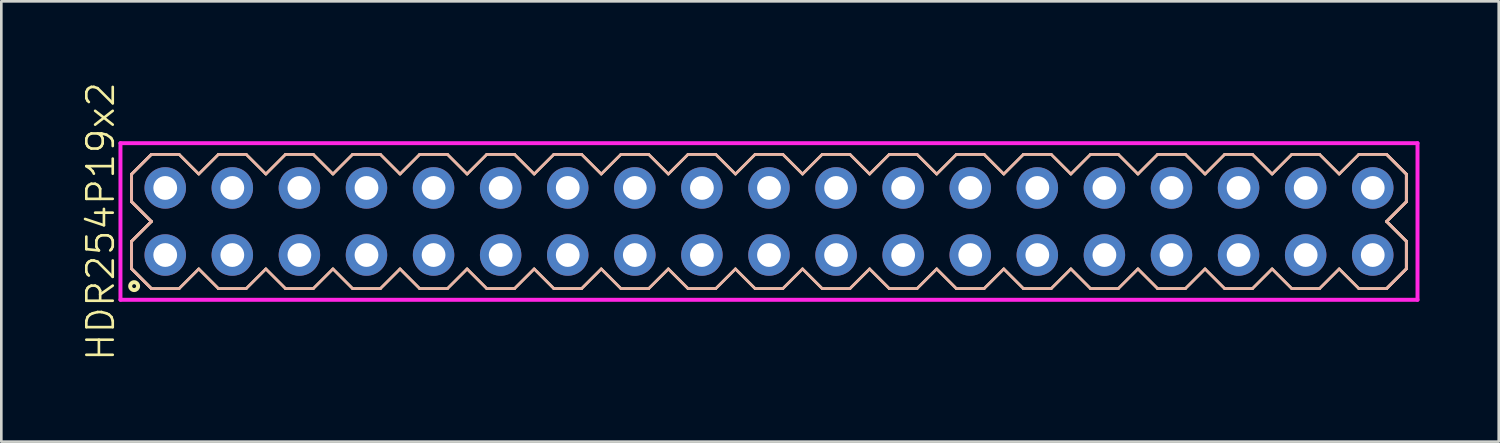
<source format=kicad_pcb>
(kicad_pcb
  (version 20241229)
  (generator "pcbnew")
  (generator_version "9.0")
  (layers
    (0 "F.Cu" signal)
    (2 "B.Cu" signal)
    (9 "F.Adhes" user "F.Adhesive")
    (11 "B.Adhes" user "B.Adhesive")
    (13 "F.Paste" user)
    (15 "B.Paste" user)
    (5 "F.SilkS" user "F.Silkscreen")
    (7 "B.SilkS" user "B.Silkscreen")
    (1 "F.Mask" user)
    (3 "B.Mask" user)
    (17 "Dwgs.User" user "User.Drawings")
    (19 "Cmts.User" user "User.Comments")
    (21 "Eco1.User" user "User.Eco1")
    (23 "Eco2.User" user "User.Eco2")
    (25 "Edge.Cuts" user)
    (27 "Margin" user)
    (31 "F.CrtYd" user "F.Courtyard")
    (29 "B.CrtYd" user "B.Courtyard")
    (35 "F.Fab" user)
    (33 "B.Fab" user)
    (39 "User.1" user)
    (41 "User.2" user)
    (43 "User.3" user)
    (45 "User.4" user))
  (footprint "HDR254P19x2"
    (layer "F.Cu")
    (at 26.066 5.336)
    (property "Reference" "HDR254P19x2" (at -25.305 0 90) (layer "F.SilkS") (effects (font (size 1 1) (thickness 0.1))))
    (attr through_hole)
    (fp_line (start -24.13 -1.796) (end -23.386 -2.54) (stroke (width 0.1) (type solid)) (layer "F.SilkS"))
    (fp_line (start -24.13 -1.796) (end -23.386 -2.54) (stroke (width 0.1) (type solid)) (layer "F.SilkS"))
    (fp_line (start -24.13 -0.744) (end -24.13 -1.796) (stroke (width 0.1) (type solid)) (layer "F.SilkS"))
    (fp_line (start -24.13 -0.744) (end -24.13 -1.796) (stroke (width 0.1) (type solid)) (layer "F.SilkS"))
    (fp_line (start -24.13 0.744) (end -23.386 0) (stroke (width 0.1) (type solid)) (layer "F.SilkS"))
    (fp_line (start -24.13 0.744) (end -23.386 0) (stroke (width 0.1) (type solid)) (layer "F.SilkS"))
    (fp_line (start -24.13 1.796) (end -24.13 0.744) (stroke (width 0.1) (type solid)) (layer "F.SilkS"))
    (fp_line (start -24.13 1.796) (end -24.13 0.744) (stroke (width 0.1) (type solid)) (layer "F.SilkS"))
    (fp_line (start -23.386 -2.54) (end -22.334 -2.54) (stroke (width 0.1) (type solid)) (layer "F.SilkS"))
    (fp_line (start -23.386 0) (end -24.13 -0.744) (stroke (width 0.1) (type solid)) (layer "F.SilkS"))
    (fp_line (start -23.386 0) (end -24.13 -0.744) (stroke (width 0.1) (type solid)) (layer "F.SilkS"))
    (fp_line (start -23.386 2.54) (end -24.13 1.796) (stroke (width 0.1) (type solid)) (layer "F.SilkS"))
    (fp_line (start -23.386 2.54) (end -24.13 1.796) (stroke (width 0.1) (type solid)) (layer "F.SilkS"))
    (fp_line (start -22.334 -2.54) (end -21.59 -1.796) (stroke (width 0.1) (type solid)) (layer "F.SilkS"))
    (fp_line (start -22.334 2.54) (end -23.386 2.54) (stroke (width 0.1) (type solid)) (layer "F.SilkS"))
    (fp_line (start -21.59 -1.796) (end -20.846 -2.54) (stroke (width 0.1) (type solid)) (layer "F.SilkS"))
    (fp_line (start -21.59 1.796) (end -22.334 2.54) (stroke (width 0.1) (type solid)) (layer "F.SilkS"))
    (fp_line (start -20.846 -2.54) (end -19.794 -2.54) (stroke (width 0.1) (type solid)) (layer "F.SilkS"))
    (fp_line (start -20.846 2.54) (end -21.59 1.796) (stroke (width 0.1) (type solid)) (layer "F.SilkS"))
    (fp_line (start -19.794 -2.54) (end -19.05 -1.796) (stroke (width 0.1) (type solid)) (layer "F.SilkS"))
    (fp_line (start -19.794 2.54) (end -20.846 2.54) (stroke (width 0.1) (type solid)) (layer "F.SilkS"))
    (fp_line (start -19.05 -1.796) (end -18.306 -2.54) (stroke (width 0.1) (type solid)) (layer "F.SilkS"))
    (fp_line (start -19.05 1.796) (end -19.794 2.54) (stroke (width 0.1) (type solid)) (layer "F.SilkS"))
    (fp_line (start -18.306 -2.54) (end -17.254 -2.54) (stroke (width 0.1) (type solid)) (layer "F.SilkS"))
    (fp_line (start -18.306 2.54) (end -19.05 1.796) (stroke (width 0.1) (type solid)) (layer "F.SilkS"))
    (fp_line (start -17.254 -2.54) (end -16.51 -1.796) (stroke (width 0.1) (type solid)) (layer "F.SilkS"))
    (fp_line (start -17.254 2.54) (end -18.306 2.54) (stroke (width 0.1) (type solid)) (layer "F.SilkS"))
    (fp_line (start -16.51 -1.796) (end -15.766 -2.54) (stroke (width 0.1) (type solid)) (layer "F.SilkS"))
    (fp_line (start -16.51 1.796) (end -17.254 2.54) (stroke (width 0.1) (type solid)) (layer "F.SilkS"))
    (fp_line (start -15.766 -2.54) (end -14.714 -2.54) (stroke (width 0.1) (type solid)) (layer "F.SilkS"))
    (fp_line (start -15.766 2.54) (end -16.51 1.796) (stroke (width 0.1) (type solid)) (layer "F.SilkS"))
    (fp_line (start -14.714 -2.54) (end -13.97 -1.796) (stroke (width 0.1) (type solid)) (layer "F.SilkS"))
    (fp_line (start -14.714 2.54) (end -15.766 2.54) (stroke (width 0.1) (type solid)) (layer "F.SilkS"))
    (fp_line (start -13.97 -1.796) (end -13.226 -2.54) (stroke (width 0.1) (type solid)) (layer "F.SilkS"))
    (fp_line (start -13.97 1.796) (end -14.714 2.54) (stroke (width 0.1) (type solid)) (layer "F.SilkS"))
    (fp_line (start -13.226 -2.54) (end -12.174 -2.54) (stroke (width 0.1) (type solid)) (layer "F.SilkS"))
    (fp_line (start -13.226 2.54) (end -13.97 1.796) (stroke (width 0.1) (type solid)) (layer "F.SilkS"))
    (fp_line (start -12.174 -2.54) (end -11.43 -1.796) (stroke (width 0.1) (type solid)) (layer "F.SilkS"))
    (fp_line (start -12.174 2.54) (end -13.226 2.54) (stroke (width 0.1) (type solid)) (layer "F.SilkS"))
    (fp_line (start -11.43 -1.796) (end -10.686 -2.54) (stroke (width 0.1) (type solid)) (layer "F.SilkS"))
    (fp_line (start -11.43 1.796) (end -12.174 2.54) (stroke (width 0.1) (type solid)) (layer "F.SilkS"))
    (fp_line (start -10.686 -2.54) (end -9.634 -2.54) (stroke (width 0.1) (type solid)) (layer "F.SilkS"))
    (fp_line (start -10.686 2.54) (end -11.43 1.796) (stroke (width 0.1) (type solid)) (layer "F.SilkS"))
    (fp_line (start -9.634 -2.54) (end -8.89 -1.796) (stroke (width 0.1) (type solid)) (layer "F.SilkS"))
    (fp_line (start -9.634 2.54) (end -10.686 2.54) (stroke (width 0.1) (type solid)) (layer "F.SilkS"))
    (fp_line (start -8.89 -1.796) (end -8.146 -2.54) (stroke (width 0.1) (type solid)) (layer "F.SilkS"))
    (fp_line (start -8.89 1.796) (end -9.634 2.54) (stroke (width 0.1) (type solid)) (layer "F.SilkS"))
    (fp_line (start -8.146 -2.54) (end -7.094 -2.54) (stroke (width 0.1) (type solid)) (layer "F.SilkS"))
    (fp_line (start -8.146 2.54) (end -8.89 1.796) (stroke (width 0.1) (type solid)) (layer "F.SilkS"))
    (fp_line (start -7.094 -2.54) (end -6.35 -1.796) (stroke (width 0.1) (type solid)) (layer "F.SilkS"))
    (fp_line (start -7.094 2.54) (end -8.146 2.54) (stroke (width 0.1) (type solid)) (layer "F.SilkS"))
    (fp_line (start -6.35 -1.796) (end -5.606 -2.54) (stroke (width 0.1) (type solid)) (layer "F.SilkS"))
    (fp_line (start -6.35 1.796) (end -7.094 2.54) (stroke (width 0.1) (type solid)) (layer "F.SilkS"))
    (fp_line (start -5.606 -2.54) (end -4.554 -2.54) (stroke (width 0.1) (type solid)) (layer "F.SilkS"))
    (fp_line (start -5.606 2.54) (end -6.35 1.796) (stroke (width 0.1) (type solid)) (layer "F.SilkS"))
    (fp_line (start -4.554 -2.54) (end -3.81 -1.796) (stroke (width 0.1) (type solid)) (layer "F.SilkS"))
    (fp_line (start -4.554 2.54) (end -5.606 2.54) (stroke (width 0.1) (type solid)) (layer "F.SilkS"))
    (fp_line (start -3.81 -1.796) (end -3.066 -2.54) (stroke (width 0.1) (type solid)) (layer "F.SilkS"))
    (fp_line (start -3.81 1.796) (end -4.554 2.54) (stroke (width 0.1) (type solid)) (layer "F.SilkS"))
    (fp_line (start -3.066 -2.54) (end -2.014 -2.54) (stroke (width 0.1) (type solid)) (layer "F.SilkS"))
    (fp_line (start -3.066 2.54) (end -3.81 1.796) (stroke (width 0.1) (type solid)) (layer "F.SilkS"))
    (fp_line (start -2.014 -2.54) (end -1.27 -1.796) (stroke (width 0.1) (type solid)) (layer "F.SilkS"))
    (fp_line (start -2.014 2.54) (end -3.066 2.54) (stroke (width 0.1) (type solid)) (layer "F.SilkS"))
    (fp_line (start -1.27 -1.796) (end -0.526 -2.54) (stroke (width 0.1) (type solid)) (layer "F.SilkS"))
    (fp_line (start -1.27 1.796) (end -2.014 2.54) (stroke (width 0.1) (type solid)) (layer "F.SilkS"))
    (fp_line (start -0.526 -2.54) (end 0.526 -2.54) (stroke (width 0.1) (type solid)) (layer "F.SilkS"))
    (fp_line (start -0.526 2.54) (end -1.27 1.796) (stroke (width 0.1) (type solid)) (layer "F.SilkS"))
    (fp_line (start 0.526 -2.54) (end 1.27 -1.796) (stroke (width 0.1) (type solid)) (layer "F.SilkS"))
    (fp_line (start 0.526 2.54) (end -0.526 2.54) (stroke (width 0.1) (type solid)) (layer "F.SilkS"))
    (fp_line (start 1.27 -1.796) (end 2.014 -2.54) (stroke (width 0.1) (type solid)) (layer "F.SilkS"))
    (fp_line (start 1.27 1.796) (end 0.526 2.54) (stroke (width 0.1) (type solid)) (layer "F.SilkS"))
    (fp_line (start 2.014 -2.54) (end 3.066 -2.54) (stroke (width 0.1) (type solid)) (layer "F.SilkS"))
    (fp_line (start 2.014 2.54) (end 1.27 1.796) (stroke (width 0.1) (type solid)) (layer "F.SilkS"))
    (fp_line (start 3.066 -2.54) (end 3.81 -1.796) (stroke (width 0.1) (type solid)) (layer "F.SilkS"))
    (fp_line (start 3.066 2.54) (end 2.014 2.54) (stroke (width 0.1) (type solid)) (layer "F.SilkS"))
    (fp_line (start 3.81 -1.796) (end 4.554 -2.54) (stroke (width 0.1) (type solid)) (layer "F.SilkS"))
    (fp_line (start 3.81 1.796) (end 3.066 2.54) (stroke (width 0.1) (type solid)) (layer "F.SilkS"))
    (fp_line (start 4.554 -2.54) (end 5.606 -2.54) (stroke (width 0.1) (type solid)) (layer "F.SilkS"))
    (fp_line (start 4.554 2.54) (end 3.81 1.796) (stroke (width 0.1) (type solid)) (layer "F.SilkS"))
    (fp_line (start 5.606 -2.54) (end 6.35 -1.796) (stroke (width 0.1) (type solid)) (layer "F.SilkS"))
    (fp_line (start 5.606 2.54) (end 4.554 2.54) (stroke (width 0.1) (type solid)) (layer "F.SilkS"))
    (fp_line (start 6.35 -1.796) (end 7.094 -2.54) (stroke (width 0.1) (type solid)) (layer "F.SilkS"))
    (fp_line (start 6.35 1.796) (end 5.606 2.54) (stroke (width 0.1) (type solid)) (layer "F.SilkS"))
    (fp_line (start 7.094 -2.54) (end 8.146 -2.54) (stroke (width 0.1) (type solid)) (layer "F.SilkS"))
    (fp_line (start 7.094 2.54) (end 6.35 1.796) (stroke (width 0.1) (type solid)) (layer "F.SilkS"))
    (fp_line (start 8.146 -2.54) (end 8.89 -1.796) (stroke (width 0.1) (type solid)) (layer "F.SilkS"))
    (fp_line (start 8.146 2.54) (end 7.094 2.54) (stroke (width 0.1) (type solid)) (layer "F.SilkS"))
    (fp_line (start 8.89 -1.796) (end 9.634 -2.54) (stroke (width 0.1) (type solid)) (layer "F.SilkS"))
    (fp_line (start 8.89 1.796) (end 8.146 2.54) (stroke (width 0.1) (type solid)) (layer "F.SilkS"))
    (fp_line (start 9.634 -2.54) (end 10.686 -2.54) (stroke (width 0.1) (type solid)) (layer "F.SilkS"))
    (fp_line (start 9.634 2.54) (end 8.89 1.796) (stroke (width 0.1) (type solid)) (layer "F.SilkS"))
    (fp_line (start 10.686 -2.54) (end 11.43 -1.796) (stroke (width 0.1) (type solid)) (layer "F.SilkS"))
    (fp_line (start 10.686 2.54) (end 9.634 2.54) (stroke (width 0.1) (type solid)) (layer "F.SilkS"))
    (fp_line (start 11.43 -1.796) (end 12.174 -2.54) (stroke (width 0.1) (type solid)) (layer "F.SilkS"))
    (fp_line (start 11.43 1.796) (end 10.686 2.54) (stroke (width 0.1) (type solid)) (layer "F.SilkS"))
    (fp_line (start 12.174 -2.54) (end 13.226 -2.54) (stroke (width 0.1) (type solid)) (layer "F.SilkS"))
    (fp_line (start 12.174 2.54) (end 11.43 1.796) (stroke (width 0.1) (type solid)) (layer "F.SilkS"))
    (fp_line (start 13.226 -2.54) (end 13.97 -1.796) (stroke (width 0.1) (type solid)) (layer "F.SilkS"))
    (fp_line (start 13.226 2.54) (end 12.174 2.54) (stroke (width 0.1) (type solid)) (layer "F.SilkS"))
    (fp_line (start 13.97 -1.796) (end 14.714 -2.54) (stroke (width 0.1) (type solid)) (layer "F.SilkS"))
    (fp_line (start 13.97 1.796) (end 13.226 2.54) (stroke (width 0.1) (type solid)) (layer "F.SilkS"))
    (fp_line (start 14.714 -2.54) (end 15.766 -2.54) (stroke (width 0.1) (type solid)) (layer "F.SilkS"))
    (fp_line (start 14.714 2.54) (end 13.97 1.796) (stroke (width 0.1) (type solid)) (layer "F.SilkS"))
    (fp_line (start 15.766 -2.54) (end 16.51 -1.796) (stroke (width 0.1) (type solid)) (layer "F.SilkS"))
    (fp_line (start 15.766 2.54) (end 14.714 2.54) (stroke (width 0.1) (type solid)) (layer "F.SilkS"))
    (fp_line (start 16.51 -1.796) (end 17.254 -2.54) (stroke (width 0.1) (type solid)) (layer "F.SilkS"))
    (fp_line (start 16.51 1.796) (end 15.766 2.54) (stroke (width 0.1) (type solid)) (layer "F.SilkS"))
    (fp_line (start 17.254 -2.54) (end 18.306 -2.54) (stroke (width 0.1) (type solid)) (layer "F.SilkS"))
    (fp_line (start 17.254 2.54) (end 16.51 1.796) (stroke (width 0.1) (type solid)) (layer "F.SilkS"))
    (fp_line (start 18.306 -2.54) (end 19.05 -1.796) (stroke (width 0.1) (type solid)) (layer "F.SilkS"))
    (fp_line (start 18.306 2.54) (end 17.254 2.54) (stroke (width 0.1) (type solid)) (layer "F.SilkS"))
    (fp_line (start 19.05 -1.796) (end 19.794 -2.54) (stroke (width 0.1) (type solid)) (layer "F.SilkS"))
    (fp_line (start 19.05 1.796) (end 18.306 2.54) (stroke (width 0.1) (type solid)) (layer "F.SilkS"))
    (fp_line (start 19.794 -2.54) (end 20.846 -2.54) (stroke (width 0.1) (type solid)) (layer "F.SilkS"))
    (fp_line (start 19.794 2.54) (end 19.05 1.796) (stroke (width 0.1) (type solid)) (layer "F.SilkS"))
    (fp_line (start 20.846 -2.54) (end 21.59 -1.796) (stroke (width 0.1) (type solid)) (layer "F.SilkS"))
    (fp_line (start 20.846 2.54) (end 19.794 2.54) (stroke (width 0.1) (type solid)) (layer "F.SilkS"))
    (fp_line (start 21.59 -1.796) (end 22.334 -2.54) (stroke (width 0.1) (type solid)) (layer "F.SilkS"))
    (fp_line (start 21.59 1.796) (end 20.846 2.54) (stroke (width 0.1) (type solid)) (layer "F.SilkS"))
    (fp_line (start 22.334 -2.54) (end 23.386 -2.54) (stroke (width 0.1) (type solid)) (layer "F.SilkS"))
    (fp_line (start 22.334 2.54) (end 21.59 1.796) (stroke (width 0.1) (type solid)) (layer "F.SilkS"))
    (fp_line (start 23.386 -2.54) (end 24.13 -1.796) (stroke (width 0.1) (type solid)) (layer "F.SilkS"))
    (fp_line (start 23.386 -2.54) (end 24.13 -1.796) (stroke (width 0.1) (type solid)) (layer "F.SilkS"))
    (fp_line (start 23.386 0) (end 24.13 0.744) (stroke (width 0.1) (type solid)) (layer "F.SilkS"))
    (fp_line (start 23.386 0) (end 24.13 0.744) (stroke (width 0.1) (type solid)) (layer "F.SilkS"))
    (fp_line (start 23.386 2.54) (end 22.334 2.54) (stroke (width 0.1) (type solid)) (layer "F.SilkS"))
    (fp_line (start 24.13 -1.796) (end 24.13 -0.744) (stroke (width 0.1) (type solid)) (layer "F.SilkS"))
    (fp_line (start 24.13 -1.796) (end 24.13 -0.744) (stroke (width 0.1) (type solid)) (layer "F.SilkS"))
    (fp_line (start 24.13 -0.744) (end 23.386 0) (stroke (width 0.1) (type solid)) (layer "F.SilkS"))
    (fp_line (start 24.13 -0.744) (end 23.386 0) (stroke (width 0.1) (type solid)) (layer "F.SilkS"))
    (fp_line (start 24.13 0.744) (end 24.13 1.796) (stroke (width 0.1) (type solid)) (layer "F.SilkS"))
    (fp_line (start 24.13 0.744) (end 24.13 1.796) (stroke (width 0.1) (type solid)) (layer "F.SilkS"))
    (fp_line (start 24.13 1.796) (end 23.386 2.54) (stroke (width 0.1) (type solid)) (layer "F.SilkS"))
    (fp_line (start 24.13 1.796) (end 23.386 2.54) (stroke (width 0.1) (type solid)) (layer "F.SilkS"))
    (fp_circle (center -24.037 2.448) (end -23.887 2.448) (stroke (width 0.15) (type solid)) (fill no) (layer "F.SilkS"))
    (fp_line (start -24.13 -1.796) (end -23.386 -2.54) (stroke (width 0.1) (type solid)) (layer "B.SilkS"))
    (fp_line (start -24.13 -1.796) (end -23.386 -2.54) (stroke (width 0.1) (type solid)) (layer "B.SilkS"))
    (fp_line (start -24.13 -0.744) (end -24.13 -1.796) (stroke (width 0.1) (type solid)) (layer "B.SilkS"))
    (fp_line (start -24.13 -0.744) (end -24.13 -1.796) (stroke (width 0.1) (type solid)) (layer "B.SilkS"))
    (fp_line (start -24.13 0.744) (end -23.386 0) (stroke (width 0.1) (type solid)) (layer "B.SilkS"))
    (fp_line (start -24.13 0.744) (end -23.386 0) (stroke (width 0.1) (type solid)) (layer "B.SilkS"))
    (fp_line (start -24.13 1.796) (end -24.13 0.744) (stroke (width 0.1) (type solid)) (layer "B.SilkS"))
    (fp_line (start -24.13 1.796) (end -24.13 0.744) (stroke (width 0.1) (type solid)) (layer "B.SilkS"))
    (fp_line (start -23.386 -2.54) (end -22.334 -2.54) (stroke (width 0.1) (type solid)) (layer "B.SilkS"))
    (fp_line (start -23.386 0) (end -24.13 -0.744) (stroke (width 0.1) (type solid)) (layer "B.SilkS"))
    (fp_line (start -23.386 0) (end -24.13 -0.744) (stroke (width 0.1) (type solid)) (layer "B.SilkS"))
    (fp_line (start -23.386 2.54) (end -24.13 1.796) (stroke (width 0.1) (type solid)) (layer "B.SilkS"))
    (fp_line (start -23.386 2.54) (end -24.13 1.796) (stroke (width 0.1) (type solid)) (layer "B.SilkS"))
    (fp_line (start -22.334 -2.54) (end -21.59 -1.796) (stroke (width 0.1) (type solid)) (layer "B.SilkS"))
    (fp_line (start -22.334 2.54) (end -23.386 2.54) (stroke (width 0.1) (type solid)) (layer "B.SilkS"))
    (fp_line (start -21.59 -1.796) (end -20.846 -2.54) (stroke (width 0.1) (type solid)) (layer "B.SilkS"))
    (fp_line (start -21.59 1.796) (end -22.334 2.54) (stroke (width 0.1) (type solid)) (layer "B.SilkS"))
    (fp_line (start -20.846 -2.54) (end -19.794 -2.54) (stroke (width 0.1) (type solid)) (layer "B.SilkS"))
    (fp_line (start -20.846 2.54) (end -21.59 1.796) (stroke (width 0.1) (type solid)) (layer "B.SilkS"))
    (fp_line (start -19.794 -2.54) (end -19.05 -1.796) (stroke (width 0.1) (type solid)) (layer "B.SilkS"))
    (fp_line (start -19.794 2.54) (end -20.846 2.54) (stroke (width 0.1) (type solid)) (layer "B.SilkS"))
    (fp_line (start -19.05 -1.796) (end -18.306 -2.54) (stroke (width 0.1) (type solid)) (layer "B.SilkS"))
    (fp_line (start -19.05 1.796) (end -19.794 2.54) (stroke (width 0.1) (type solid)) (layer "B.SilkS"))
    (fp_line (start -18.306 -2.54) (end -17.254 -2.54) (stroke (width 0.1) (type solid)) (layer "B.SilkS"))
    (fp_line (start -18.306 2.54) (end -19.05 1.796) (stroke (width 0.1) (type solid)) (layer "B.SilkS"))
    (fp_line (start -17.254 -2.54) (end -16.51 -1.796) (stroke (width 0.1) (type solid)) (layer "B.SilkS"))
    (fp_line (start -17.254 2.54) (end -18.306 2.54) (stroke (width 0.1) (type solid)) (layer "B.SilkS"))
    (fp_line (start -16.51 -1.796) (end -15.766 -2.54) (stroke (width 0.1) (type solid)) (layer "B.SilkS"))
    (fp_line (start -16.51 1.796) (end -17.254 2.54) (stroke (width 0.1) (type solid)) (layer "B.SilkS"))
    (fp_line (start -15.766 -2.54) (end -14.714 -2.54) (stroke (width 0.1) (type solid)) (layer "B.SilkS"))
    (fp_line (start -15.766 2.54) (end -16.51 1.796) (stroke (width 0.1) (type solid)) (layer "B.SilkS"))
    (fp_line (start -14.714 -2.54) (end -13.97 -1.796) (stroke (width 0.1) (type solid)) (layer "B.SilkS"))
    (fp_line (start -14.714 2.54) (end -15.766 2.54) (stroke (width 0.1) (type solid)) (layer "B.SilkS"))
    (fp_line (start -13.97 -1.796) (end -13.226 -2.54) (stroke (width 0.1) (type solid)) (layer "B.SilkS"))
    (fp_line (start -13.97 1.796) (end -14.714 2.54) (stroke (width 0.1) (type solid)) (layer "B.SilkS"))
    (fp_line (start -13.226 -2.54) (end -12.174 -2.54) (stroke (width 0.1) (type solid)) (layer "B.SilkS"))
    (fp_line (start -13.226 2.54) (end -13.97 1.796) (stroke (width 0.1) (type solid)) (layer "B.SilkS"))
    (fp_line (start -12.174 -2.54) (end -11.43 -1.796) (stroke (width 0.1) (type solid)) (layer "B.SilkS"))
    (fp_line (start -12.174 2.54) (end -13.226 2.54) (stroke (width 0.1) (type solid)) (layer "B.SilkS"))
    (fp_line (start -11.43 -1.796) (end -10.686 -2.54) (stroke (width 0.1) (type solid)) (layer "B.SilkS"))
    (fp_line (start -11.43 1.796) (end -12.174 2.54) (stroke (width 0.1) (type solid)) (layer "B.SilkS"))
    (fp_line (start -10.686 -2.54) (end -9.634 -2.54) (stroke (width 0.1) (type solid)) (layer "B.SilkS"))
    (fp_line (start -10.686 2.54) (end -11.43 1.796) (stroke (width 0.1) (type solid)) (layer "B.SilkS"))
    (fp_line (start -9.634 -2.54) (end -8.89 -1.796) (stroke (width 0.1) (type solid)) (layer "B.SilkS"))
    (fp_line (start -9.634 2.54) (end -10.686 2.54) (stroke (width 0.1) (type solid)) (layer "B.SilkS"))
    (fp_line (start -8.89 -1.796) (end -8.146 -2.54) (stroke (width 0.1) (type solid)) (layer "B.SilkS"))
    (fp_line (start -8.89 1.796) (end -9.634 2.54) (stroke (width 0.1) (type solid)) (layer "B.SilkS"))
    (fp_line (start -8.146 -2.54) (end -7.094 -2.54) (stroke (width 0.1) (type solid)) (layer "B.SilkS"))
    (fp_line (start -8.146 2.54) (end -8.89 1.796) (stroke (width 0.1) (type solid)) (layer "B.SilkS"))
    (fp_line (start -7.094 -2.54) (end -6.35 -1.796) (stroke (width 0.1) (type solid)) (layer "B.SilkS"))
    (fp_line (start -7.094 2.54) (end -8.146 2.54) (stroke (width 0.1) (type solid)) (layer "B.SilkS"))
    (fp_line (start -6.35 -1.796) (end -5.606 -2.54) (stroke (width 0.1) (type solid)) (layer "B.SilkS"))
    (fp_line (start -6.35 1.796) (end -7.094 2.54) (stroke (width 0.1) (type solid)) (layer "B.SilkS"))
    (fp_line (start -5.606 -2.54) (end -4.554 -2.54) (stroke (width 0.1) (type solid)) (layer "B.SilkS"))
    (fp_line (start -5.606 2.54) (end -6.35 1.796) (stroke (width 0.1) (type solid)) (layer "B.SilkS"))
    (fp_line (start -4.554 -2.54) (end -3.81 -1.796) (stroke (width 0.1) (type solid)) (layer "B.SilkS"))
    (fp_line (start -4.554 2.54) (end -5.606 2.54) (stroke (width 0.1) (type solid)) (layer "B.SilkS"))
    (fp_line (start -3.81 -1.796) (end -3.066 -2.54) (stroke (width 0.1) (type solid)) (layer "B.SilkS"))
    (fp_line (start -3.81 1.796) (end -4.554 2.54) (stroke (width 0.1) (type solid)) (layer "B.SilkS"))
    (fp_line (start -3.066 -2.54) (end -2.014 -2.54) (stroke (width 0.1) (type solid)) (layer "B.SilkS"))
    (fp_line (start -3.066 2.54) (end -3.81 1.796) (stroke (width 0.1) (type solid)) (layer "B.SilkS"))
    (fp_line (start -2.014 -2.54) (end -1.27 -1.796) (stroke (width 0.1) (type solid)) (layer "B.SilkS"))
    (fp_line (start -2.014 2.54) (end -3.066 2.54) (stroke (width 0.1) (type solid)) (layer "B.SilkS"))
    (fp_line (start -1.27 -1.796) (end -0.526 -2.54) (stroke (width 0.1) (type solid)) (layer "B.SilkS"))
    (fp_line (start -1.27 1.796) (end -2.014 2.54) (stroke (width 0.1) (type solid)) (layer "B.SilkS"))
    (fp_line (start -0.526 -2.54) (end 0.526 -2.54) (stroke (width 0.1) (type solid)) (layer "B.SilkS"))
    (fp_line (start -0.526 2.54) (end -1.27 1.796) (stroke (width 0.1) (type solid)) (layer "B.SilkS"))
    (fp_line (start 0.526 -2.54) (end 1.27 -1.796) (stroke (width 0.1) (type solid)) (layer "B.SilkS"))
    (fp_line (start 0.526 2.54) (end -0.526 2.54) (stroke (width 0.1) (type solid)) (layer "B.SilkS"))
    (fp_line (start 1.27 -1.796) (end 2.014 -2.54) (stroke (width 0.1) (type solid)) (layer "B.SilkS"))
    (fp_line (start 1.27 1.796) (end 0.526 2.54) (stroke (width 0.1) (type solid)) (layer "B.SilkS"))
    (fp_line (start 2.014 -2.54) (end 3.066 -2.54) (stroke (width 0.1) (type solid)) (layer "B.SilkS"))
    (fp_line (start 2.014 2.54) (end 1.27 1.796) (stroke (width 0.1) (type solid)) (layer "B.SilkS"))
    (fp_line (start 3.066 -2.54) (end 3.81 -1.796) (stroke (width 0.1) (type solid)) (layer "B.SilkS"))
    (fp_line (start 3.066 2.54) (end 2.014 2.54) (stroke (width 0.1) (type solid)) (layer "B.SilkS"))
    (fp_line (start 3.81 -1.796) (end 4.554 -2.54) (stroke (width 0.1) (type solid)) (layer "B.SilkS"))
    (fp_line (start 3.81 1.796) (end 3.066 2.54) (stroke (width 0.1) (type solid)) (layer "B.SilkS"))
    (fp_line (start 4.554 -2.54) (end 5.606 -2.54) (stroke (width 0.1) (type solid)) (layer "B.SilkS"))
    (fp_line (start 4.554 2.54) (end 3.81 1.796) (stroke (width 0.1) (type solid)) (layer "B.SilkS"))
    (fp_line (start 5.606 -2.54) (end 6.35 -1.796) (stroke (width 0.1) (type solid)) (layer "B.SilkS"))
    (fp_line (start 5.606 2.54) (end 4.554 2.54) (stroke (width 0.1) (type solid)) (layer "B.SilkS"))
    (fp_line (start 6.35 -1.796) (end 7.094 -2.54) (stroke (width 0.1) (type solid)) (layer "B.SilkS"))
    (fp_line (start 6.35 1.796) (end 5.606 2.54) (stroke (width 0.1) (type solid)) (layer "B.SilkS"))
    (fp_line (start 7.094 -2.54) (end 8.146 -2.54) (stroke (width 0.1) (type solid)) (layer "B.SilkS"))
    (fp_line (start 7.094 2.54) (end 6.35 1.796) (stroke (width 0.1) (type solid)) (layer "B.SilkS"))
    (fp_line (start 8.146 -2.54) (end 8.89 -1.796) (stroke (width 0.1) (type solid)) (layer "B.SilkS"))
    (fp_line (start 8.146 2.54) (end 7.094 2.54) (stroke (width 0.1) (type solid)) (layer "B.SilkS"))
    (fp_line (start 8.89 -1.796) (end 9.634 -2.54) (stroke (width 0.1) (type solid)) (layer "B.SilkS"))
    (fp_line (start 8.89 1.796) (end 8.146 2.54) (stroke (width 0.1) (type solid)) (layer "B.SilkS"))
    (fp_line (start 9.634 -2.54) (end 10.686 -2.54) (stroke (width 0.1) (type solid)) (layer "B.SilkS"))
    (fp_line (start 9.634 2.54) (end 8.89 1.796) (stroke (width 0.1) (type solid)) (layer "B.SilkS"))
    (fp_line (start 10.686 -2.54) (end 11.43 -1.796) (stroke (width 0.1) (type solid)) (layer "B.SilkS"))
    (fp_line (start 10.686 2.54) (end 9.634 2.54) (stroke (width 0.1) (type solid)) (layer "B.SilkS"))
    (fp_line (start 11.43 -1.796) (end 12.174 -2.54) (stroke (width 0.1) (type solid)) (layer "B.SilkS"))
    (fp_line (start 11.43 1.796) (end 10.686 2.54) (stroke (width 0.1) (type solid)) (layer "B.SilkS"))
    (fp_line (start 12.174 -2.54) (end 13.226 -2.54) (stroke (width 0.1) (type solid)) (layer "B.SilkS"))
    (fp_line (start 12.174 2.54) (end 11.43 1.796) (stroke (width 0.1) (type solid)) (layer "B.SilkS"))
    (fp_line (start 13.226 -2.54) (end 13.97 -1.796) (stroke (width 0.1) (type solid)) (layer "B.SilkS"))
    (fp_line (start 13.226 2.54) (end 12.174 2.54) (stroke (width 0.1) (type solid)) (layer "B.SilkS"))
    (fp_line (start 13.97 -1.796) (end 14.714 -2.54) (stroke (width 0.1) (type solid)) (layer "B.SilkS"))
    (fp_line (start 13.97 1.796) (end 13.226 2.54) (stroke (width 0.1) (type solid)) (layer "B.SilkS"))
    (fp_line (start 14.714 -2.54) (end 15.766 -2.54) (stroke (width 0.1) (type solid)) (layer "B.SilkS"))
    (fp_line (start 14.714 2.54) (end 13.97 1.796) (stroke (width 0.1) (type solid)) (layer "B.SilkS"))
    (fp_line (start 15.766 -2.54) (end 16.51 -1.796) (stroke (width 0.1) (type solid)) (layer "B.SilkS"))
    (fp_line (start 15.766 2.54) (end 14.714 2.54) (stroke (width 0.1) (type solid)) (layer "B.SilkS"))
    (fp_line (start 16.51 -1.796) (end 17.254 -2.54) (stroke (width 0.1) (type solid)) (layer "B.SilkS"))
    (fp_line (start 16.51 1.796) (end 15.766 2.54) (stroke (width 0.1) (type solid)) (layer "B.SilkS"))
    (fp_line (start 17.254 -2.54) (end 18.306 -2.54) (stroke (width 0.1) (type solid)) (layer "B.SilkS"))
    (fp_line (start 17.254 2.54) (end 16.51 1.796) (stroke (width 0.1) (type solid)) (layer "B.SilkS"))
    (fp_line (start 18.306 -2.54) (end 19.05 -1.796) (stroke (width 0.1) (type solid)) (layer "B.SilkS"))
    (fp_line (start 18.306 2.54) (end 17.254 2.54) (stroke (width 0.1) (type solid)) (layer "B.SilkS"))
    (fp_line (start 19.05 -1.796) (end 19.794 -2.54) (stroke (width 0.1) (type solid)) (layer "B.SilkS"))
    (fp_line (start 19.05 1.796) (end 18.306 2.54) (stroke (width 0.1) (type solid)) (layer "B.SilkS"))
    (fp_line (start 19.794 -2.54) (end 20.846 -2.54) (stroke (width 0.1) (type solid)) (layer "B.SilkS"))
    (fp_line (start 19.794 2.54) (end 19.05 1.796) (stroke (width 0.1) (type solid)) (layer "B.SilkS"))
    (fp_line (start 20.846 -2.54) (end 21.59 -1.796) (stroke (width 0.1) (type solid)) (layer "B.SilkS"))
    (fp_line (start 20.846 2.54) (end 19.794 2.54) (stroke (width 0.1) (type solid)) (layer "B.SilkS"))
    (fp_line (start 21.59 -1.796) (end 22.334 -2.54) (stroke (width 0.1) (type solid)) (layer "B.SilkS"))
    (fp_line (start 21.59 1.796) (end 20.846 2.54) (stroke (width 0.1) (type solid)) (layer "B.SilkS"))
    (fp_line (start 22.334 -2.54) (end 23.386 -2.54) (stroke (width 0.1) (type solid)) (layer "B.SilkS"))
    (fp_line (start 22.334 2.54) (end 21.59 1.796) (stroke (width 0.1) (type solid)) (layer "B.SilkS"))
    (fp_line (start 23.386 -2.54) (end 24.13 -1.796) (stroke (width 0.1) (type solid)) (layer "B.SilkS"))
    (fp_line (start 23.386 -2.54) (end 24.13 -1.796) (stroke (width 0.1) (type solid)) (layer "B.SilkS"))
    (fp_line (start 23.386 0) (end 24.13 0.744) (stroke (width 0.1) (type solid)) (layer "B.SilkS"))
    (fp_line (start 23.386 0) (end 24.13 0.744) (stroke (width 0.1) (type solid)) (layer "B.SilkS"))
    (fp_line (start 23.386 2.54) (end 22.334 2.54) (stroke (width 0.1) (type solid)) (layer "B.SilkS"))
    (fp_line (start 24.13 -1.796) (end 24.13 -0.744) (stroke (width 0.1) (type solid)) (layer "B.SilkS"))
    (fp_line (start 24.13 -1.796) (end 24.13 -0.744) (stroke (width 0.1) (type solid)) (layer "B.SilkS"))
    (fp_line (start 24.13 -0.744) (end 23.386 0) (stroke (width 0.1) (type solid)) (layer "B.SilkS"))
    (fp_line (start 24.13 -0.744) (end 23.386 0) (stroke (width 0.1) (type solid)) (layer "B.SilkS"))
    (fp_line (start 24.13 0.744) (end 24.13 1.796) (stroke (width 0.1) (type solid)) (layer "B.SilkS"))
    (fp_line (start 24.13 0.744) (end 24.13 1.796) (stroke (width 0.1) (type solid)) (layer "B.SilkS"))
    (fp_line (start 24.13 1.796) (end 23.386 2.54) (stroke (width 0.1) (type solid)) (layer "B.SilkS"))
    (fp_line (start 24.13 1.796) (end 23.386 2.54) (stroke (width 0.1) (type solid)) (layer "B.SilkS"))
    (fp_line (start -24.555 -2.965) (end -24.555 2.965) (stroke (width 0.15) (type solid)) (layer "F.CrtYd"))
    (fp_line (start -24.555 2.965) (end 24.555 2.965) (stroke (width 0.15) (type solid)) (layer "F.CrtYd"))
    (fp_line (start 24.555 -2.965) (end -24.555 -2.965) (stroke (width 0.15) (type solid)) (layer "F.CrtYd"))
    (fp_line (start 24.555 2.965) (end 24.555 -2.965) (stroke (width 0.15) (type solid)) (layer "F.CrtYd"))
    (pad "1" thru_hole oval (at -22.86 1.27) (size 1.57 1.57) (drill 0.9) (layers "*.Cu" "*.Mask"))
    (pad "2" thru_hole oval (at -22.86 -1.27) (size 1.57 1.57) (drill 0.9) (layers "*.Cu" "*.Mask"))
    (pad "3" thru_hole oval (at -20.32 1.27) (size 1.57 1.57) (drill 0.9) (layers "*.Cu" "*.Mask"))
    (pad "4" thru_hole oval (at -20.32 -1.27) (size 1.57 1.57) (drill 0.9) (layers "*.Cu" "*.Mask"))
    (pad "5" thru_hole oval (at -17.78 1.27) (size 1.57 1.57) (drill 0.9) (layers "*.Cu" "*.Mask"))
    (pad "6" thru_hole oval (at -17.78 -1.27) (size 1.57 1.57) (drill 0.9) (layers "*.Cu" "*.Mask"))
    (pad "7" thru_hole oval (at -15.24 1.27) (size 1.57 1.57) (drill 0.9) (layers "*.Cu" "*.Mask"))
    (pad "8" thru_hole oval (at -15.24 -1.27) (size 1.57 1.57) (drill 0.9) (layers "*.Cu" "*.Mask"))
    (pad "9" thru_hole oval (at -12.7 1.27) (size 1.57 1.57) (drill 0.9) (layers "*.Cu" "*.Mask"))
    (pad "10" thru_hole oval (at -12.7 -1.27) (size 1.57 1.57) (drill 0.9) (layers "*.Cu" "*.Mask"))
    (pad "11" thru_hole oval (at -10.16 1.27) (size 1.57 1.57) (drill 0.9) (layers "*.Cu" "*.Mask"))
    (pad "12" thru_hole oval (at -10.16 -1.27) (size 1.57 1.57) (drill 0.9) (layers "*.Cu" "*.Mask"))
    (pad "13" thru_hole oval (at -7.62 1.27) (size 1.57 1.57) (drill 0.9) (layers "*.Cu" "*.Mask"))
    (pad "14" thru_hole oval (at -7.62 -1.27) (size 1.57 1.57) (drill 0.9) (layers "*.Cu" "*.Mask"))
    (pad "15" thru_hole oval (at -5.08 1.27) (size 1.57 1.57) (drill 0.9) (layers "*.Cu" "*.Mask"))
    (pad "16" thru_hole oval (at -5.08 -1.27) (size 1.57 1.57) (drill 0.9) (layers "*.Cu" "*.Mask"))
    (pad "17" thru_hole oval (at -2.54 1.27) (size 1.57 1.57) (drill 0.9) (layers "*.Cu" "*.Mask"))
    (pad "18" thru_hole oval (at -2.54 -1.27) (size 1.57 1.57) (drill 0.9) (layers "*.Cu" "*.Mask"))
    (pad "19" thru_hole oval (at 0 1.27) (size 1.57 1.57) (drill 0.9) (layers "*.Cu" "*.Mask"))
    (pad "20" thru_hole oval (at 0 -1.27) (size 1.57 1.57) (drill 0.9) (layers "*.Cu" "*.Mask"))
    (pad "21" thru_hole oval (at 2.54 1.27) (size 1.57 1.57) (drill 0.9) (layers "*.Cu" "*.Mask"))
    (pad "22" thru_hole oval (at 2.54 -1.27) (size 1.57 1.57) (drill 0.9) (layers "*.Cu" "*.Mask"))
    (pad "23" thru_hole oval (at 5.08 1.27) (size 1.57 1.57) (drill 0.9) (layers "*.Cu" "*.Mask"))
    (pad "24" thru_hole oval (at 5.08 -1.27) (size 1.57 1.57) (drill 0.9) (layers "*.Cu" "*.Mask"))
    (pad "25" thru_hole oval (at 7.62 1.27) (size 1.57 1.57) (drill 0.9) (layers "*.Cu" "*.Mask"))
    (pad "26" thru_hole oval (at 7.62 -1.27) (size 1.57 1.57) (drill 0.9) (layers "*.Cu" "*.Mask"))
    (pad "27" thru_hole oval (at 10.16 1.27) (size 1.57 1.57) (drill 0.9) (layers "*.Cu" "*.Mask"))
    (pad "28" thru_hole oval (at 10.16 -1.27) (size 1.57 1.57) (drill 0.9) (layers "*.Cu" "*.Mask"))
    (pad "29" thru_hole oval (at 12.7 1.27) (size 1.57 1.57) (drill 0.9) (layers "*.Cu" "*.Mask"))
    (pad "30" thru_hole oval (at 12.7 -1.27) (size 1.57 1.57) (drill 0.9) (layers "*.Cu" "*.Mask"))
    (pad "31" thru_hole oval (at 15.24 1.27) (size 1.57 1.57) (drill 0.9) (layers "*.Cu" "*.Mask"))
    (pad "32" thru_hole oval (at 15.24 -1.27) (size 1.57 1.57) (drill 0.9) (layers "*.Cu" "*.Mask"))
    (pad "33" thru_hole oval (at 17.78 1.27) (size 1.57 1.57) (drill 0.9) (layers "*.Cu" "*.Mask"))
    (pad "34" thru_hole oval (at 17.78 -1.27) (size 1.57 1.57) (drill 0.9) (layers "*.Cu" "*.Mask"))
    (pad "35" thru_hole oval (at 20.32 1.27) (size 1.57 1.57) (drill 0.9) (layers "*.Cu" "*.Mask"))
    (pad "36" thru_hole oval (at 20.32 -1.27) (size 1.57 1.57) (drill 0.9) (layers "*.Cu" "*.Mask"))
    (pad "37" thru_hole oval (at 22.86 1.27) (size 1.57 1.57) (drill 0.9) (layers "*.Cu" "*.Mask"))
    (pad "38" thru_hole oval (at 22.86 -1.27) (size 1.57 1.57) (drill 0.9) (layers "*.Cu" "*.Mask")))
  (gr_rect
    (start -3 -3)
    (end 53.696 13.671)
    (stroke (width 0.1) (type default))
    (fill no)
    (layer "Edge.Cuts")))
</source>
